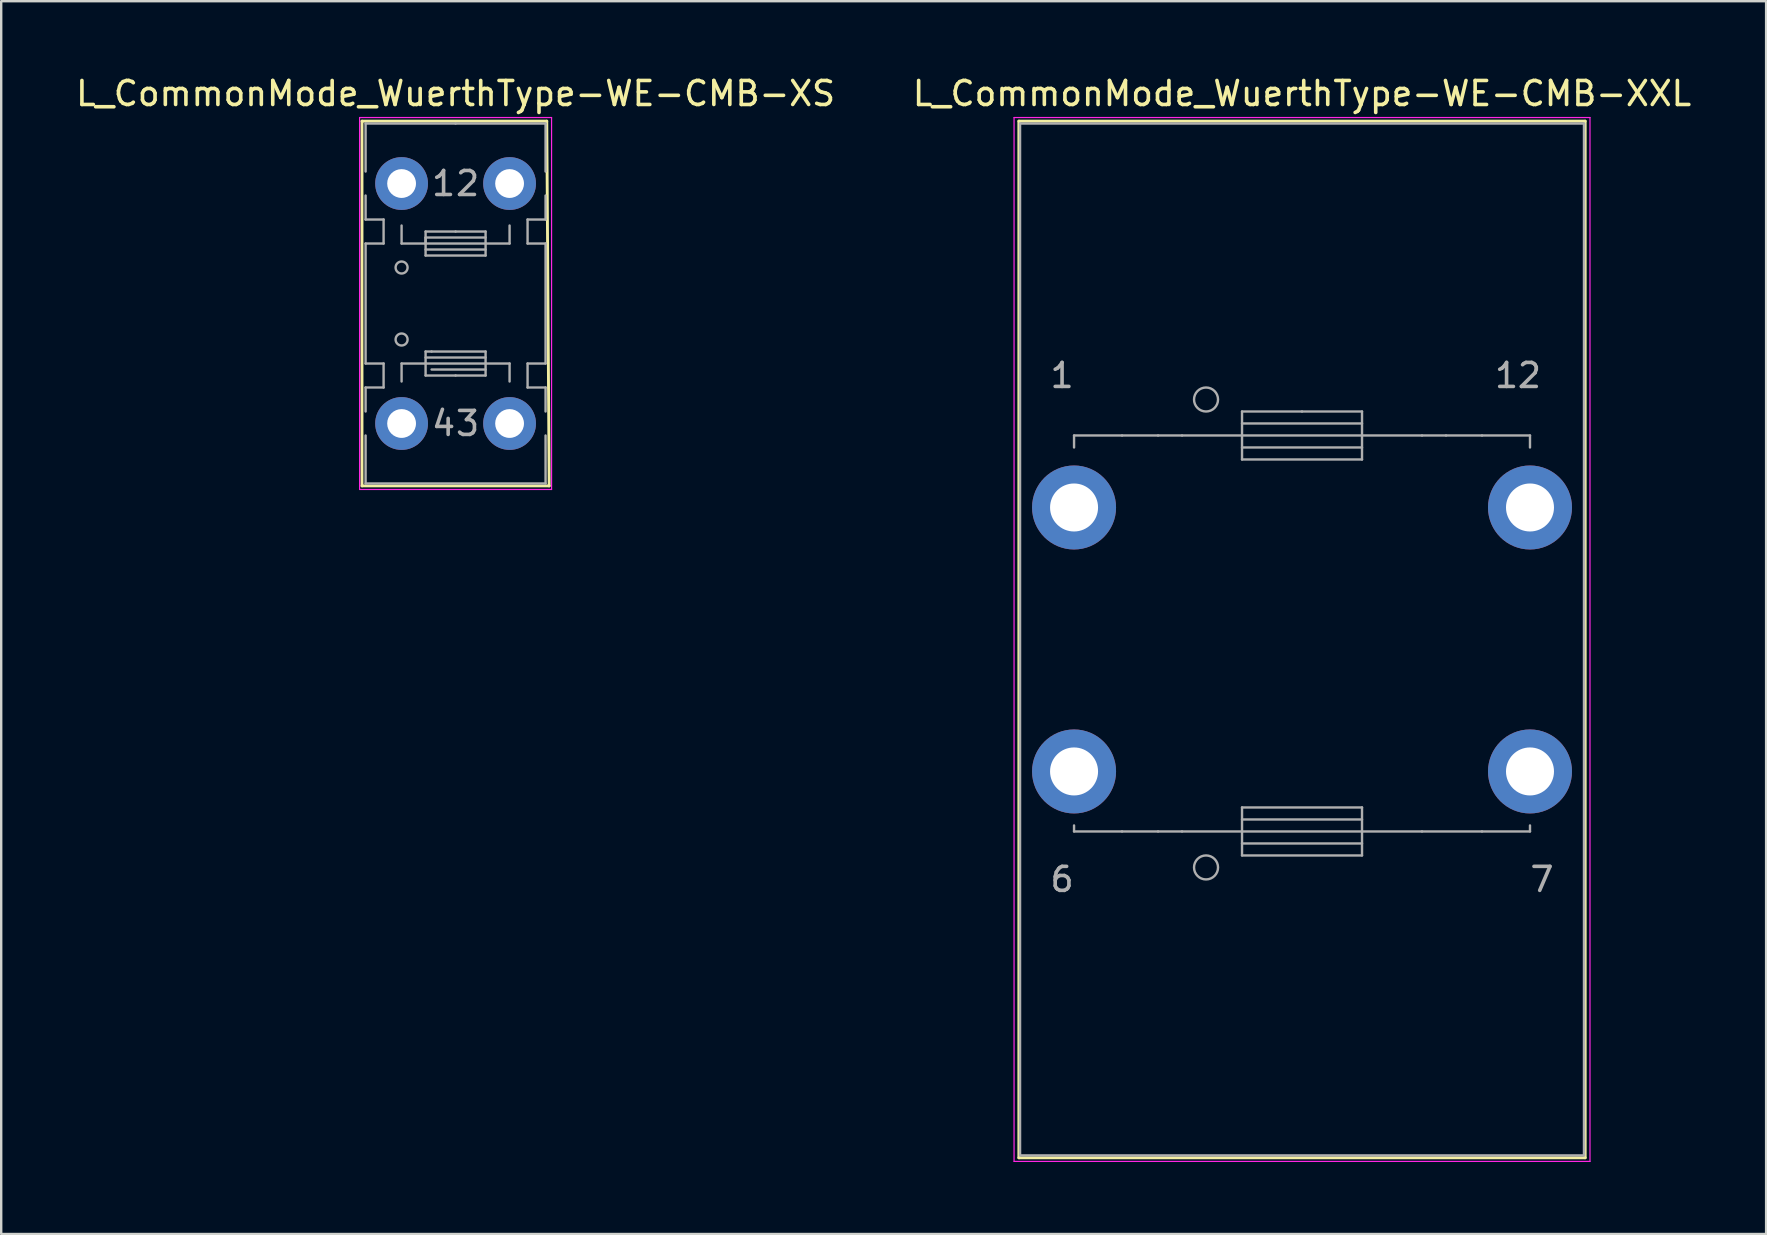
<source format=kicad_pcb>
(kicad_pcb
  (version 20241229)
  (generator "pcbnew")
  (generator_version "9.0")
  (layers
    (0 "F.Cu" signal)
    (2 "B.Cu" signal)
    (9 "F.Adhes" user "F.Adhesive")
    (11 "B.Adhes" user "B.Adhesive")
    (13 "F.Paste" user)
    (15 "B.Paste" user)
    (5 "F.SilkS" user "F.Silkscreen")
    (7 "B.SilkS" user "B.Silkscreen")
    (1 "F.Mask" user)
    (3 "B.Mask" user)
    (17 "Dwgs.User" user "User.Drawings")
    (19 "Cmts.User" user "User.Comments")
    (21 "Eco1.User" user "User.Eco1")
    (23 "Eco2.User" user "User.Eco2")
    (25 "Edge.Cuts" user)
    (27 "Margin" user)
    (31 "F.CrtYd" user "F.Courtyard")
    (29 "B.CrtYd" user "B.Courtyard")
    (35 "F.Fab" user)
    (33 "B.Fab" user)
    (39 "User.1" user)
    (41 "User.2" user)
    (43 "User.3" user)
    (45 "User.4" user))
  (footprint "L_CommonMode_WuerthType-WE-CMB-XXL"
    (layer "F.Cu")
    (at 41.708 18.098)
    (property "Reference" "L_CommonMode_WuerthType-WE-CMB-XXL" (at 9.5 -17.25 0) (layer "F.SilkS") (effects (font (size 1 1) (thickness 0.15))))
    (attr through_hole)
    (fp_line (start -2.3 -16.1) (end 21.3 -16.1) (stroke (width 0.12) (type solid)) (layer "F.SilkS"))
    (fp_line (start -2.3 27.1) (end -2.3 -16.1) (stroke (width 0.12) (type solid)) (layer "F.SilkS"))
    (fp_line (start 21.3 -16.1) (end 21.3 27.1) (stroke (width 0.12) (type solid)) (layer "F.SilkS"))
    (fp_line (start 21.3 27.1) (end -2.3 27.1) (stroke (width 0.12) (type solid)) (layer "F.SilkS"))
    (fp_line (start -2.5 -16.25) (end 21.5 -16.25) (stroke (width 0.05) (type solid)) (layer "F.CrtYd"))
    (fp_line (start -2.5 27.25) (end -2.5 -16.25) (stroke (width 0.05) (type solid)) (layer "F.CrtYd"))
    (fp_line (start 21.5 -16.25) (end 21.5 27.25) (stroke (width 0.05) (type solid)) (layer "F.CrtYd"))
    (fp_line (start 21.5 27.25) (end -2.5 27.25) (stroke (width 0.05) (type solid)) (layer "F.CrtYd"))
    (fp_line (start -2.25 -16) (end -2.25 27) (stroke (width 0.1) (type solid)) (layer "F.Fab"))
    (fp_line (start -2.25 27) (end 21.25 27) (stroke (width 0.1) (type solid)) (layer "F.Fab"))
    (fp_line (start 0 -3) (end 0 -2.5) (stroke (width 0.1) (type solid)) (layer "F.Fab"))
    (fp_line (start 0 13.5) (end 0 13.25) (stroke (width 0.1) (type solid)) (layer "F.Fab"))
    (fp_line (start 2 -3) (end 0 -3) (stroke (width 0.1) (type solid)) (layer "F.Fab"))
    (fp_line (start 2 13.5) (end 0 13.5) (stroke (width 0.1) (type solid)) (layer "F.Fab"))
    (fp_line (start 3.5 -3) (end 2 -3) (stroke (width 0.1) (type solid)) (layer "F.Fab"))
    (fp_line (start 3.5 13.5) (end 2 13.5) (stroke (width 0.1) (type solid)) (layer "F.Fab"))
    (fp_line (start 4.5 -3) (end 3.5 -3) (stroke (width 0.1) (type solid)) (layer "F.Fab"))
    (fp_line (start 4.5 13.5) (end 3.5 13.5) (stroke (width 0.1) (type solid)) (layer "F.Fab"))
    (fp_line (start 4.5 13.5) (end 7 13.5) (stroke (width 0.1) (type solid)) (layer "F.Fab"))
    (fp_line (start 7 -4) (end 9.5 -4) (stroke (width 0.1) (type solid)) (layer "F.Fab"))
    (fp_line (start 7 -3) (end 4.5 -3) (stroke (width 0.1) (type solid)) (layer "F.Fab"))
    (fp_line (start 7 -3) (end 12 -3) (stroke (width 0.1) (type solid)) (layer "F.Fab"))
    (fp_line (start 7 -2.5) (end 12 -2.5) (stroke (width 0.1) (type solid)) (layer "F.Fab"))
    (fp_line (start 7 -2) (end 7 -4) (stroke (width 0.1) (type solid)) (layer "F.Fab"))
    (fp_line (start 7 12.5) (end 12 12.5) (stroke (width 0.1) (type solid)) (layer "F.Fab"))
    (fp_line (start 7 14) (end 12 14) (stroke (width 0.1) (type solid)) (layer "F.Fab"))
    (fp_line (start 7 14.5) (end 7 12.5) (stroke (width 0.1) (type solid)) (layer "F.Fab"))
    (fp_line (start 9.5 -4) (end 12 -4) (stroke (width 0.1) (type solid)) (layer "F.Fab"))
    (fp_line (start 12 -4) (end 12 -2) (stroke (width 0.1) (type solid)) (layer "F.Fab"))
    (fp_line (start 12 -3.5) (end 7 -3.5) (stroke (width 0.1) (type solid)) (layer "F.Fab"))
    (fp_line (start 12 -3) (end 14.5 -3) (stroke (width 0.1) (type solid)) (layer "F.Fab"))
    (fp_line (start 12 -2) (end 7 -2) (stroke (width 0.1) (type solid)) (layer "F.Fab"))
    (fp_line (start 12 12.5) (end 12 14.5) (stroke (width 0.1) (type solid)) (layer "F.Fab"))
    (fp_line (start 12 13) (end 7 13) (stroke (width 0.1) (type solid)) (layer "F.Fab"))
    (fp_line (start 12 13.5) (end 7 13.5) (stroke (width 0.1) (type solid)) (layer "F.Fab"))
    (fp_line (start 12 14.5) (end 7 14.5) (stroke (width 0.1) (type solid)) (layer "F.Fab"))
    (fp_line (start 14.5 -3) (end 15.5 -3) (stroke (width 0.1) (type solid)) (layer "F.Fab"))
    (fp_line (start 14.5 13.5) (end 12 13.5) (stroke (width 0.1) (type solid)) (layer "F.Fab"))
    (fp_line (start 14.5 13.5) (end 17 13.5) (stroke (width 0.1) (type solid)) (layer "F.Fab"))
    (fp_line (start 15.5 -3) (end 17 -3) (stroke (width 0.1) (type solid)) (layer "F.Fab"))
    (fp_line (start 17 -3) (end 19 -3) (stroke (width 0.1) (type solid)) (layer "F.Fab"))
    (fp_line (start 17 13.5) (end 19 13.5) (stroke (width 0.1) (type solid)) (layer "F.Fab"))
    (fp_line (start 19 -3) (end 19 -2.5) (stroke (width 0.1) (type solid)) (layer "F.Fab"))
    (fp_line (start 19 13.5) (end 19 13.25) (stroke (width 0.1) (type solid)) (layer "F.Fab"))
    (fp_line (start 21.25 -16) (end -2.25 -16) (stroke (width 0.1) (type solid)) (layer "F.Fab"))
    (fp_line (start 21.25 27) (end 21.25 -16) (stroke (width 0.1) (type solid)) (layer "F.Fab"))
    (fp_circle (center 5.5 -4.5) (end 6 -4.5) (stroke (width 0.1) (type solid)) (fill no) (layer "F.Fab"))
    (fp_circle (center 5.5 15) (end 6 15) (stroke (width 0.1) (type solid)) (fill no) (layer "F.Fab"))
    (fp_text user "12" (at 18.5 -5.5 0) (layer "F.Fab") (effects (font (size 1 1) (thickness 0.15))))
    (fp_text user "6" (at -0.5 15.5 0) (layer "F.Fab") (effects (font (size 1 1) (thickness 0.15))))
    (fp_text user "1" (at -0.5 -5.5 0) (layer "F.Fab") (effects (font (size 1 1) (thickness 0.15))))
    (fp_text user "7" (at 19.5 15.5 0) (layer "F.Fab") (effects (font (size 1 1) (thickness 0.15))))
    (pad "1" thru_hole circle (at 0 0) (size 3.5 3.5) (drill 2) (layers "*.Cu" "*.Mask"))
    (pad "6" thru_hole circle (at 0 11) (size 3.5 3.5) (drill 2) (layers "*.Cu" "*.Mask"))
    (pad "7" thru_hole circle (at 19 11) (size 3.5 3.5) (drill 2) (layers "*.Cu" "*.Mask"))
    (pad "12" thru_hole circle (at 19 0) (size 3.5 3.5) (drill 2) (layers "*.Cu" "*.Mask")))
  (footprint "L_CommonMode_WuerthType-WE-CMB-XS"
    (layer "F.Cu")
    (at 13.685 4.598)
    (property "Reference" "L_CommonMode_WuerthType-WE-CMB-XS" (at 2.25 -3.75 0) (layer "F.SilkS") (effects (font (size 1 1) (thickness 0.15))))
    (attr through_hole)
    (fp_line (start -1.65 -2.6) (end -1.65 12.6) (stroke (width 0.12) (type solid)) (layer "F.SilkS"))
    (fp_line (start -1.65 12.6) (end 6.15 12.6) (stroke (width 0.12) (type solid)) (layer "F.SilkS"))
    (fp_line (start 6.05 -2.6) (end -1.65 -2.6) (stroke (width 0.12) (type solid)) (layer "F.SilkS"))
    (fp_line (start 6.15 12.6) (end 6.05 -2.6) (stroke (width 0.12) (type solid)) (layer "F.SilkS"))
    (fp_line (start -1.75 -2.75) (end -1.75 12.75) (stroke (width 0.05) (type solid)) (layer "F.CrtYd"))
    (fp_line (start -1.75 12.75) (end 6.25 12.75) (stroke (width 0.05) (type solid)) (layer "F.CrtYd"))
    (fp_line (start 6.25 -2.75) (end -1.75 -2.75) (stroke (width 0.05) (type solid)) (layer "F.CrtYd"))
    (fp_line (start 6.25 12.75) (end 6.25 -2.75) (stroke (width 0.05) (type solid)) (layer "F.CrtYd"))
    (fp_line (start -1.5 -2.5) (end 2.25 -2.5) (stroke (width 0.1) (type solid)) (layer "F.Fab"))
    (fp_line (start -1.5 -0.5) (end -1.5 -2.5) (stroke (width 0.1) (type solid)) (layer "F.Fab"))
    (fp_line (start -1.5 1.5) (end -1.5 0.5) (stroke (width 0.1) (type solid)) (layer "F.Fab"))
    (fp_line (start -1.5 2.5) (end -0.75 2.5) (stroke (width 0.1) (type solid)) (layer "F.Fab"))
    (fp_line (start -1.5 7.5) (end -1.5 2.5) (stroke (width 0.1) (type solid)) (layer "F.Fab"))
    (fp_line (start -1.5 8.5) (end -0.75 8.5) (stroke (width 0.1) (type solid)) (layer "F.Fab"))
    (fp_line (start -1.5 9.5) (end -1.5 8.5) (stroke (width 0.1) (type solid)) (layer "F.Fab"))
    (fp_line (start -1.5 12.5) (end -1.5 10.5) (stroke (width 0.1) (type solid)) (layer "F.Fab"))
    (fp_line (start -0.75 1.5) (end -1.5 1.5) (stroke (width 0.1) (type solid)) (layer "F.Fab"))
    (fp_line (start -0.75 2.5) (end -0.75 1.5) (stroke (width 0.1) (type solid)) (layer "F.Fab"))
    (fp_line (start -0.75 7.5) (end -1.5 7.5) (stroke (width 0.1) (type solid)) (layer "F.Fab"))
    (fp_line (start -0.75 8.5) (end -0.75 7.5) (stroke (width 0.1) (type solid)) (layer "F.Fab"))
    (fp_line (start 0 2.5) (end 0 1.75) (stroke (width 0.1) (type solid)) (layer "F.Fab"))
    (fp_line (start 0 7.5) (end 0 8.25) (stroke (width 0.1) (type solid)) (layer "F.Fab"))
    (fp_line (start 1 2) (end 2.25 2) (stroke (width 0.1) (type solid)) (layer "F.Fab"))
    (fp_line (start 1 2.25) (end 1 2.5) (stroke (width 0.1) (type solid)) (layer "F.Fab"))
    (fp_line (start 1 2.5) (end 0 2.5) (stroke (width 0.1) (type solid)) (layer "F.Fab"))
    (fp_line (start 1 2.75) (end 3.5 2.75) (stroke (width 0.1) (type solid)) (layer "F.Fab"))
    (fp_line (start 1 3) (end 1 2) (stroke (width 0.1) (type solid)) (layer "F.Fab"))
    (fp_line (start 1 7) (end 1 8) (stroke (width 0.1) (type solid)) (layer "F.Fab"))
    (fp_line (start 1 7.5) (end 0 7.5) (stroke (width 0.1) (type solid)) (layer "F.Fab"))
    (fp_line (start 1 8) (end 2.25 8) (stroke (width 0.1) (type solid)) (layer "F.Fab"))
    (fp_line (start 1.25 7) (end 1 7) (stroke (width 0.1) (type solid)) (layer "F.Fab"))
    (fp_line (start 2.25 -2.5) (end 6 -2.5) (stroke (width 0.1) (type solid)) (layer "F.Fab"))
    (fp_line (start 2.25 2) (end 3.5 2) (stroke (width 0.1) (type solid)) (layer "F.Fab"))
    (fp_line (start 2.25 8) (end 3.5 8) (stroke (width 0.1) (type solid)) (layer "F.Fab"))
    (fp_line (start 3.5 2) (end 3.5 3) (stroke (width 0.1) (type solid)) (layer "F.Fab"))
    (fp_line (start 3.5 2.25) (end 1 2.25) (stroke (width 0.1) (type solid)) (layer "F.Fab"))
    (fp_line (start 3.5 2.5) (end 1 2.5) (stroke (width 0.1) (type solid)) (layer "F.Fab"))
    (fp_line (start 3.5 2.5) (end 4.5 2.5) (stroke (width 0.1) (type solid)) (layer "F.Fab"))
    (fp_line (start 3.5 3) (end 1 3) (stroke (width 0.1) (type solid)) (layer "F.Fab"))
    (fp_line (start 3.5 7) (end 1.25 7) (stroke (width 0.1) (type solid)) (layer "F.Fab"))
    (fp_line (start 3.5 7.25) (end 1 7.25) (stroke (width 0.1) (type solid)) (layer "F.Fab"))
    (fp_line (start 3.5 7.5) (end 1 7.5) (stroke (width 0.1) (type solid)) (layer "F.Fab"))
    (fp_line (start 3.5 7.5) (end 4.5 7.5) (stroke (width 0.1) (type solid)) (layer "F.Fab"))
    (fp_line (start 3.5 7.75) (end 1.25 7.75) (stroke (width 0.1) (type solid)) (layer "F.Fab"))
    (fp_line (start 3.5 8) (end 3.5 7) (stroke (width 0.1) (type solid)) (layer "F.Fab"))
    (fp_line (start 4.5 2.5) (end 4.5 1.75) (stroke (width 0.1) (type solid)) (layer "F.Fab"))
    (fp_line (start 4.5 7.5) (end 4.5 8.25) (stroke (width 0.1) (type solid)) (layer "F.Fab"))
    (fp_line (start 5.25 1.5) (end 5.25 2.5) (stroke (width 0.1) (type solid)) (layer "F.Fab"))
    (fp_line (start 5.25 2.5) (end 6 2.5) (stroke (width 0.1) (type solid)) (layer "F.Fab"))
    (fp_line (start 5.25 7.5) (end 5.25 8.5) (stroke (width 0.1) (type solid)) (layer "F.Fab"))
    (fp_line (start 5.25 8.5) (end 6 8.5) (stroke (width 0.1) (type solid)) (layer "F.Fab"))
    (fp_line (start 6 -2.5) (end 6 -0.5) (stroke (width 0.1) (type solid)) (layer "F.Fab"))
    (fp_line (start 6 0.5) (end 6 1.5) (stroke (width 0.1) (type solid)) (layer "F.Fab"))
    (fp_line (start 6 1.5) (end 5.25 1.5) (stroke (width 0.1) (type solid)) (layer "F.Fab"))
    (fp_line (start 6 2.5) (end 6 7.5) (stroke (width 0.1) (type solid)) (layer "F.Fab"))
    (fp_line (start 6 7.5) (end 5.25 7.5) (stroke (width 0.1) (type solid)) (layer "F.Fab"))
    (fp_line (start 6 8.5) (end 6 9.5) (stroke (width 0.1) (type solid)) (layer "F.Fab"))
    (fp_line (start 6 10.5) (end 6 12.5) (stroke (width 0.1) (type solid)) (layer "F.Fab"))
    (fp_line (start 6 12.5) (end -1.5 12.5) (stroke (width 0.1) (type solid)) (layer "F.Fab"))
    (fp_circle (center 0 3.5) (end 0.25 3.5) (stroke (width 0.1) (type solid)) (fill no) (layer "F.Fab"))
    (fp_circle (center 0 6.5) (end 0 6.25) (stroke (width 0.1) (type solid)) (fill no) (layer "F.Fab"))
    (fp_text user "1" (at 1.75 0 0) (layer "F.Fab") (effects (font (size 1 1) (thickness 0.15))))
    (fp_text user "2" (at 2.75 0 0) (layer "F.Fab") (effects (font (size 1 1) (thickness 0.15))))
    (fp_text user "3" (at 2.75 10 0) (layer "F.Fab") (effects (font (size 1 1) (thickness 0.15))))
    (fp_text user "4" (at 1.75 10 0) (layer "F.Fab") (effects (font (size 1 1) (thickness 0.15))))
    (pad "1" thru_hole circle (at 0 0) (size 2.2 2.2) (drill 1.2) (layers "*.Cu" "*.Mask"))
    (pad "2" thru_hole circle (at 4.5 0) (size 2.2 2.2) (drill 1.2) (layers "*.Cu" "*.Mask"))
    (pad "3" thru_hole circle (at 4.5 10) (size 2.2 2.2) (drill 1.2) (layers "*.Cu" "*.Mask"))
    (pad "4" thru_hole circle (at 0 10) (size 2.2 2.2) (drill 1.2) (layers "*.Cu" "*.Mask")))
  (gr_rect
    (start -3 -3)
    (end 70.548 48.373)
    (stroke (width 0.1) (type default))
    (fill no)
    (layer "Edge.Cuts")))
</source>
